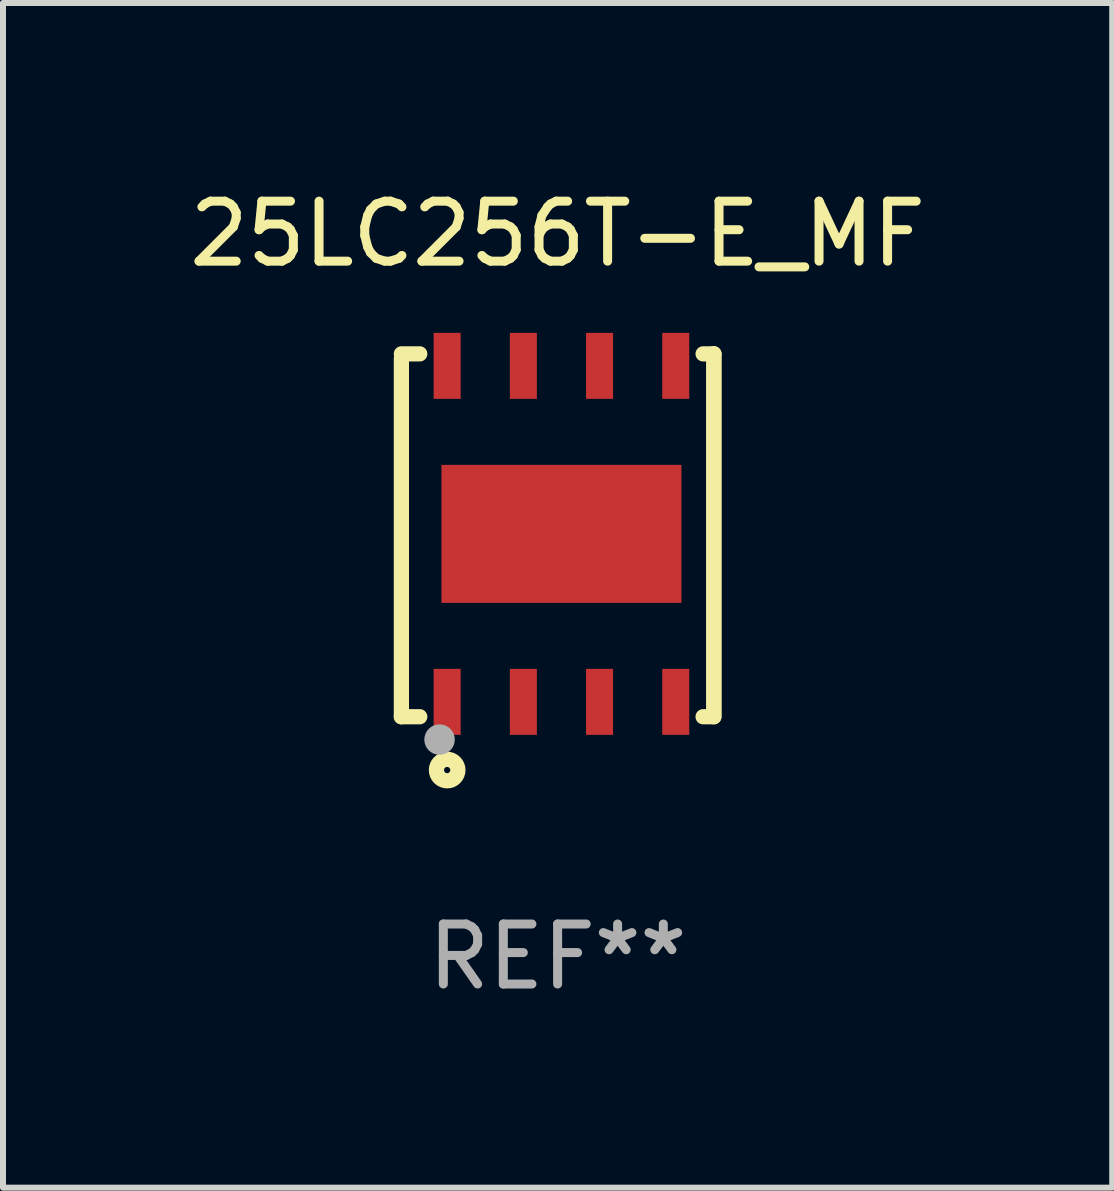
<source format=kicad_pcb>
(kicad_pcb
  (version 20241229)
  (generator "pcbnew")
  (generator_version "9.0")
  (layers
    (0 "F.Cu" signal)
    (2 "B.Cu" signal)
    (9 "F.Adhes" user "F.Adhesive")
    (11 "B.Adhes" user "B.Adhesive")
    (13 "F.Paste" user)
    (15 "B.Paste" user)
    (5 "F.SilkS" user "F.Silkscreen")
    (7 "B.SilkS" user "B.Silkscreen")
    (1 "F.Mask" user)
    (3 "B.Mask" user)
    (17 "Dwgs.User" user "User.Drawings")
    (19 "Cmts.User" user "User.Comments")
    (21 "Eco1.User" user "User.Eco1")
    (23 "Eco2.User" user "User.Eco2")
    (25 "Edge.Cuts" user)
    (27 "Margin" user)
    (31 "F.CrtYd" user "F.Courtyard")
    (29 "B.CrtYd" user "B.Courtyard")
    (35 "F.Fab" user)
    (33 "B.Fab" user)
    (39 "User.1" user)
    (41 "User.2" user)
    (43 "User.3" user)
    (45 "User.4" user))
  (footprint "25LC256T-E_MF"
    (layer "F.Cu")
    (at 6.244 5.872)
    (property "Reference" "25LC256T-E_MF" (at 0 -5.024 0) (layer "F.SilkS") (effects (font (size 1 1) (thickness 0.15))))
    (attr through_hole)
    (fp_line (start -2.604 -2.945) (end -2.604 3.024) (stroke (width 0.254) (type solid)) (layer "F.SilkS"))
    (fp_line (start -2.604 3.024) (end -2.298 3.024) (stroke (width 0.254) (type solid)) (layer "F.SilkS"))
    (fp_line (start -2.298 -3.024) (end -2.604 -3.024) (stroke (width 0.254) (type solid)) (layer "F.SilkS"))
    (fp_line (start 2.425 3.024) (end 2.604 3.024) (stroke (width 0.254) (type solid)) (layer "F.SilkS"))
    (fp_line (start 2.604 -3.024) (end 2.425 -3.024) (stroke (width 0.254) (type solid)) (layer "F.SilkS"))
    (fp_line (start 2.604 -3.024) (end 2.604 2.976) (stroke (width 0.254) (type solid)) (layer "F.SilkS"))
    (fp_line (start 2.604 3.024) (end 2.604 -3.024) (stroke (width 0.254) (type solid)) (layer "F.SilkS"))
    (fp_circle (center -2.436 2.976) (end -2.406 2.976) (stroke (width 0.06) (type solid)) (fill no) (layer "F.SilkS"))
    (fp_circle (center -1.841 3.913) (end -1.662 3.913) (stroke (width 0.254) (type solid)) (fill no) (layer "F.SilkS"))
    (fp_circle (center -1.968 3.405) (end -1.841 3.405) (stroke (width 0.254) (type solid)) (fill no) (layer "F.Fab"))
    (fp_text user "REF**" (at 0 7.024 0) (layer "F.Fab") (effects (font (size 1 1) (thickness 0.15))))
    (pad "1" smd rect (at -1.841 2.776) (size 0.45 1.1) (layers "F.Cu" "F.Mask" "F.Paste"))
    (pad "2" smd rect (at -0.571 2.776) (size 0.45 1.1) (layers "F.Cu" "F.Mask" "F.Paste"))
    (pad "3" smd rect (at 0.699 2.776) (size 0.45 1.1) (layers "F.Cu" "F.Mask" "F.Paste"))
    (pad "4" smd rect (at 1.969 2.776) (size 0.45 1.1) (layers "F.Cu" "F.Mask" "F.Paste"))
    (pad "5" smd rect (at 1.969 -2.824) (size 0.45 1.1) (layers "F.Cu" "F.Mask" "F.Paste"))
    (pad "6" smd rect (at 0.699 -2.824) (size 0.45 1.1) (layers "F.Cu" "F.Mask" "F.Paste"))
    (pad "7" smd rect (at -0.571 -2.824) (size 0.45 1.1) (layers "F.Cu" "F.Mask" "F.Paste"))
    (pad "8" smd rect (at -1.841 -2.824) (size 0.45 1.1) (layers "F.Cu" "F.Mask" "F.Paste"))
    (pad "9" smd rect (at 0.064 -0.024) (size 4 2.3) (layers "F.Cu" "F.Mask" "F.Paste")))
  (gr_rect
    (start -3 -3)
    (end 15.488 16.745)
    (stroke (width 0.1) (type default))
    (fill no)
    (layer "Edge.Cuts")))
</source>
